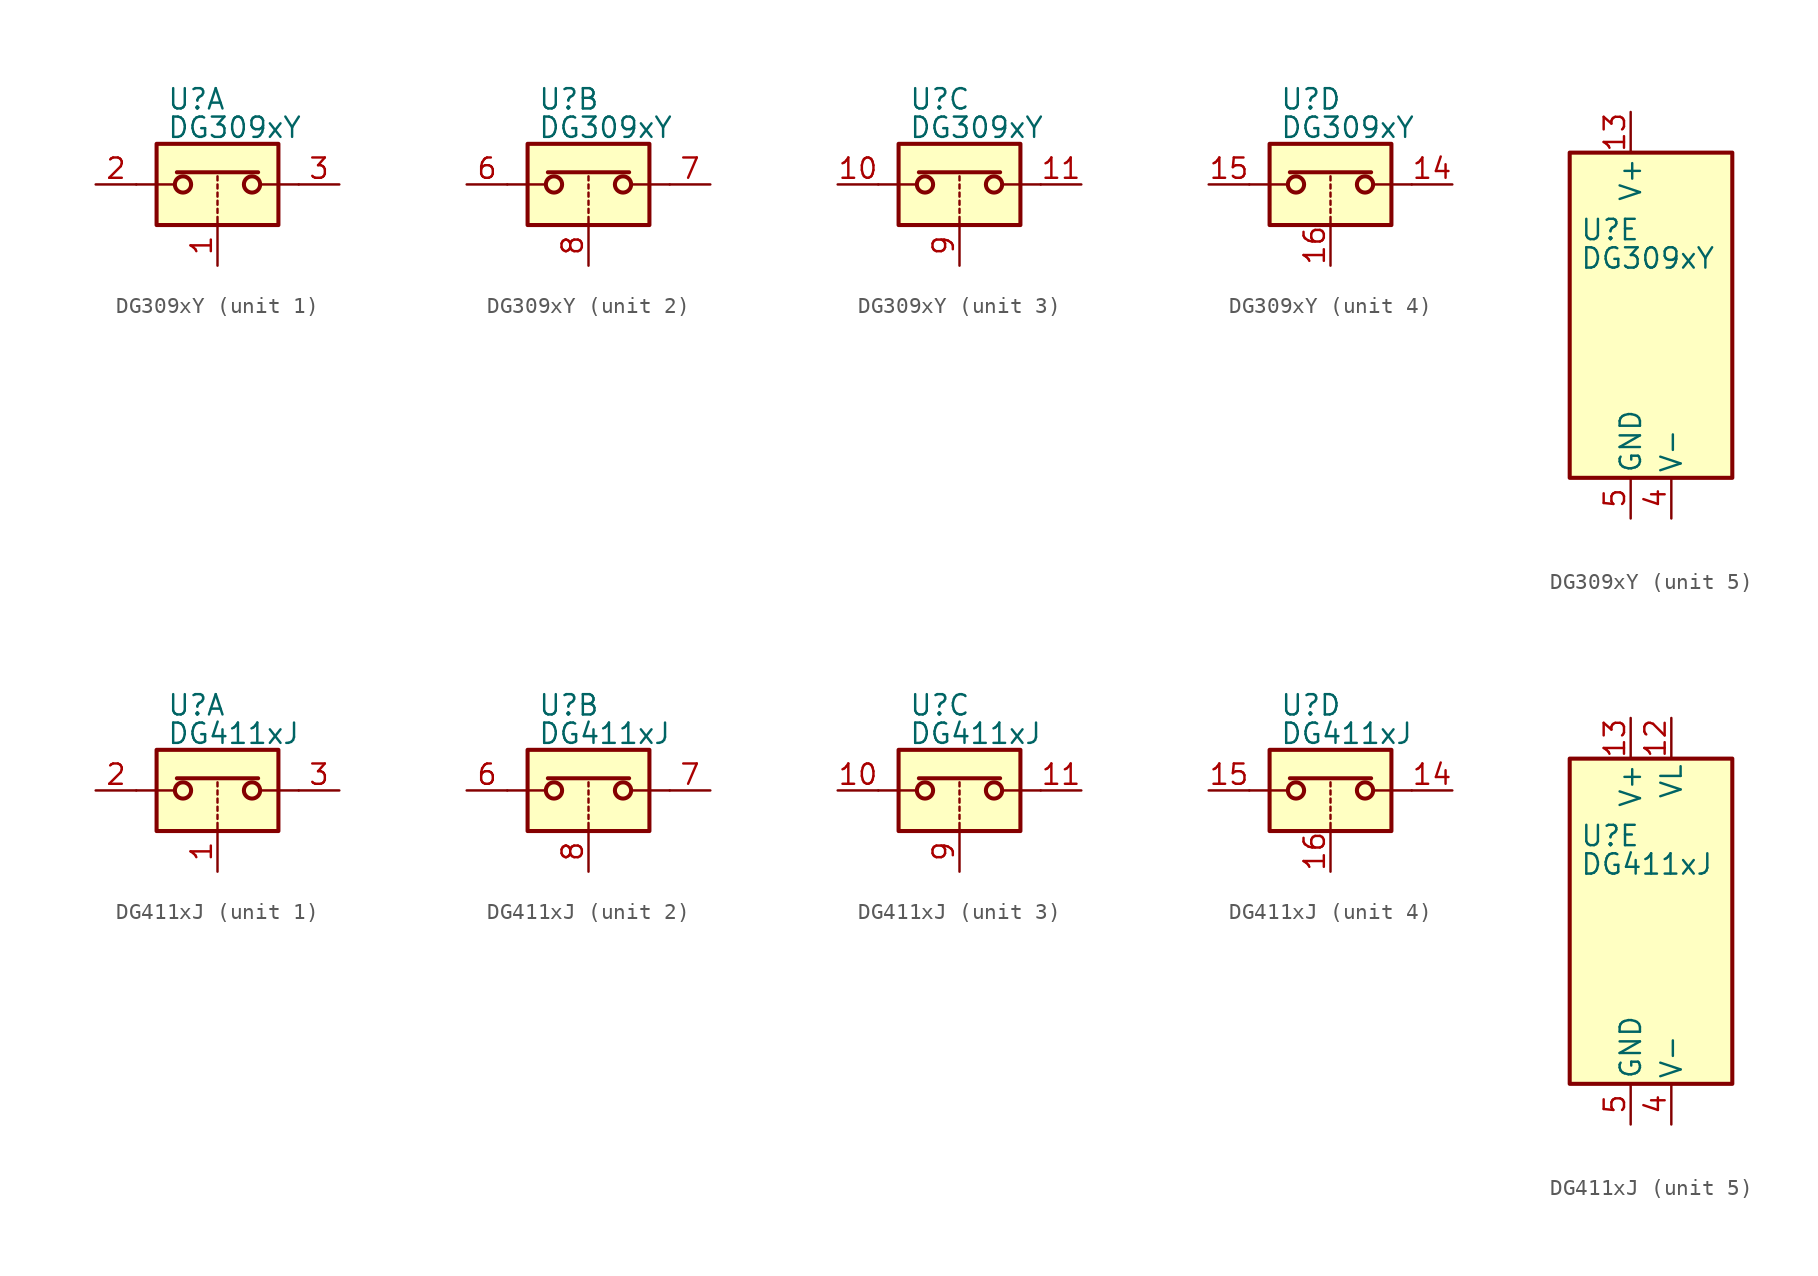
<source format=kicad_sym>
(kicad_symbol_lib
  (version 20220914)
  (generator kicad_symbol_editor)
  (symbol "DG309xY"
    (pin_names
      (offset 0.254))
    (property "Reference" "U"
      (at -3.175 5.334 0)
      (effects (font (size 1.27 1.27)) (justify left)))
    (property "Value" "DG309xY"
      (at -3.175 3.556 0)
      (effects (font (size 1.27 1.27)) (justify left)))
    (symbol "DG309xY_1_1"
      (rectangle (start -3.81 2.54) (end 3.81 -2.54) (stroke (width 0.254) (type default)) (fill (type background)))
      (circle (center -2.159 0) (radius 0.508) (stroke (width 0.254) (type default)) (fill (type none)))
      (polyline (pts (xy -5.08 0) (xy -2.794 0)) (stroke (width 0) (type default)) (fill (type none)))
      (polyline (pts (xy -2.54 0.762) (xy 2.54 0.762)) (stroke (width 0.254) (type default)) (fill (type none)))
      (polyline (pts (xy 0 -2.54) (xy 0 -2.032)) (stroke (width 0) (type default)) (fill (type none)))
      (polyline (pts (xy 0 -1.778) (xy 0 -1.524)) (stroke (width 0) (type default)) (fill (type none)))
      (polyline (pts (xy 0 -1.27) (xy 0 -1.016)) (stroke (width 0) (type default)) (fill (type none)))
      (polyline (pts (xy 0 -0.762) (xy 0 -0.508)) (stroke (width 0) (type default)) (fill (type none)))
      (polyline (pts (xy 0 -0.254) (xy 0 0)) (stroke (width 0) (type default)) (fill (type none)))
      (polyline (pts (xy 0 0.254) (xy 0 0.508)) (stroke (width 0) (type default)) (fill (type none)))
      (polyline (pts (xy 5.08 0) (xy 2.794 0)) (stroke (width 0) (type default)) (fill (type none)))
      (circle (center 2.159 0) (radius 0.508) (stroke (width 0.254) (type default)) (fill (type none)))
      (pin input line (at 0 -5.08 90) (length 2.54) (name "~" (effects (font (size 1.27 1.27)))) (number "1" (effects (font (size 1.27 1.27)))))
      (pin passive line (at -7.62 0 0) (length 2.54) (name "~" (effects (font (size 1.27 1.27)))) (number "2" (effects (font (size 1.27 1.27)))))
      (pin passive line (at 7.62 0 180) (length 2.54) (name "~" (effects (font (size 1.27 1.27)))) (number "3" (effects (font (size 1.27 1.27))))))
    (symbol "DG309xY_2_1"
      (rectangle (start -3.81 2.54) (end 3.81 -2.54) (stroke (width 0.254) (type default)) (fill (type background)))
      (circle (center -2.159 0) (radius 0.508) (stroke (width 0.254) (type default)) (fill (type none)))
      (polyline (pts (xy -5.08 0) (xy -2.794 0)) (stroke (width 0) (type default)) (fill (type none)))
      (polyline (pts (xy -2.54 0.762) (xy 2.54 0.762)) (stroke (width 0.254) (type default)) (fill (type none)))
      (polyline (pts (xy 0 -2.54) (xy 0 -2.032)) (stroke (width 0) (type default)) (fill (type none)))
      (polyline (pts (xy 0 -1.778) (xy 0 -1.524)) (stroke (width 0) (type default)) (fill (type none)))
      (polyline (pts (xy 0 -1.27) (xy 0 -1.016)) (stroke (width 0) (type default)) (fill (type none)))
      (polyline (pts (xy 0 -0.762) (xy 0 -0.508)) (stroke (width 0) (type default)) (fill (type none)))
      (polyline (pts (xy 0 -0.254) (xy 0 0)) (stroke (width 0) (type default)) (fill (type none)))
      (polyline (pts (xy 0 0.254) (xy 0 0.508)) (stroke (width 0) (type default)) (fill (type none)))
      (polyline (pts (xy 5.08 0) (xy 2.794 0)) (stroke (width 0) (type default)) (fill (type none)))
      (circle (center 2.159 0) (radius 0.508) (stroke (width 0.254) (type default)) (fill (type none)))
      (pin passive line (at -7.62 0 0) (length 2.54) (name "~" (effects (font (size 1.27 1.27)))) (number "6" (effects (font (size 1.27 1.27)))))
      (pin passive line (at 7.62 0 180) (length 2.54) (name "~" (effects (font (size 1.27 1.27)))) (number "7" (effects (font (size 1.27 1.27)))))
      (pin input line (at 0 -5.08 90) (length 2.54) (name "~" (effects (font (size 1.27 1.27)))) (number "8" (effects (font (size 1.27 1.27))))))
    (symbol "DG309xY_3_1"
      (rectangle (start -3.81 2.54) (end 3.81 -2.54) (stroke (width 0.254) (type default)) (fill (type background)))
      (circle (center -2.159 0) (radius 0.508) (stroke (width 0.254) (type default)) (fill (type none)))
      (polyline (pts (xy -5.08 0) (xy -2.794 0)) (stroke (width 0) (type default)) (fill (type none)))
      (polyline (pts (xy -2.54 0.762) (xy 2.54 0.762)) (stroke (width 0.254) (type default)) (fill (type none)))
      (polyline (pts (xy 0 -2.54) (xy 0 -2.032)) (stroke (width 0) (type default)) (fill (type none)))
      (polyline (pts (xy 0 -1.778) (xy 0 -1.524)) (stroke (width 0) (type default)) (fill (type none)))
      (polyline (pts (xy 0 -1.27) (xy 0 -1.016)) (stroke (width 0) (type default)) (fill (type none)))
      (polyline (pts (xy 0 -0.762) (xy 0 -0.508)) (stroke (width 0) (type default)) (fill (type none)))
      (polyline (pts (xy 0 -0.254) (xy 0 0)) (stroke (width 0) (type default)) (fill (type none)))
      (polyline (pts (xy 0 0.254) (xy 0 0.508)) (stroke (width 0) (type default)) (fill (type none)))
      (polyline (pts (xy 5.08 0) (xy 2.794 0)) (stroke (width 0) (type default)) (fill (type none)))
      (circle (center 2.159 0) (radius 0.508) (stroke (width 0.254) (type default)) (fill (type none)))
      (pin passive line (at -7.62 0 0) (length 2.54) (name "~" (effects (font (size 1.27 1.27)))) (number "10" (effects (font (size 1.27 1.27)))))
      (pin passive line (at 7.62 0 180) (length 2.54) (name "~" (effects (font (size 1.27 1.27)))) (number "11" (effects (font (size 1.27 1.27)))))
      (pin input line (at 0 -5.08 90) (length 2.54) (name "~" (effects (font (size 1.27 1.27)))) (number "9" (effects (font (size 1.27 1.27))))))
    (symbol "DG309xY_4_1"
      (rectangle (start -3.81 2.54) (end 3.81 -2.54) (stroke (width 0.254) (type default)) (fill (type background)))
      (circle (center -2.159 0) (radius 0.508) (stroke (width 0.254) (type default)) (fill (type none)))
      (polyline (pts (xy -5.08 0) (xy -2.794 0)) (stroke (width 0) (type default)) (fill (type none)))
      (polyline (pts (xy -2.54 0.762) (xy 2.54 0.762)) (stroke (width 0.254) (type default)) (fill (type none)))
      (polyline (pts (xy 0 -2.54) (xy 0 -2.032)) (stroke (width 0) (type default)) (fill (type none)))
      (polyline (pts (xy 0 -1.778) (xy 0 -1.524)) (stroke (width 0) (type default)) (fill (type none)))
      (polyline (pts (xy 0 -1.27) (xy 0 -1.016)) (stroke (width 0) (type default)) (fill (type none)))
      (polyline (pts (xy 0 -0.762) (xy 0 -0.508)) (stroke (width 0) (type default)) (fill (type none)))
      (polyline (pts (xy 0 -0.254) (xy 0 0)) (stroke (width 0) (type default)) (fill (type none)))
      (polyline (pts (xy 0 0.254) (xy 0 0.508)) (stroke (width 0) (type default)) (fill (type none)))
      (polyline (pts (xy 5.08 0) (xy 2.794 0)) (stroke (width 0) (type default)) (fill (type none)))
      (circle (center 2.159 0) (radius 0.508) (stroke (width 0.254) (type default)) (fill (type none)))
      (pin passive line (at 7.62 0 180) (length 2.54) (name "~" (effects (font (size 1.27 1.27)))) (number "14" (effects (font (size 1.27 1.27)))))
      (pin passive line (at -7.62 0 0) (length 2.54) (name "~" (effects (font (size 1.27 1.27)))) (number "15" (effects (font (size 1.27 1.27)))))
      (pin input line (at 0 -5.08 90) (length 2.54) (name "~" (effects (font (size 1.27 1.27)))) (number "16" (effects (font (size 1.27 1.27))))))
    (symbol "DG309xY_5_0"
      (pin no_connect line (at 2.54 10.16 270) (length 2.54) hide (name "NC" (effects (font (size 1.27 1.27)))) (number "12" (effects (font (size 1.27 1.27)))))
      (pin power_in line (at 0 12.7 270) (length 2.54) (name "V+" (effects (font (size 1.27 1.27)))) (number "13" (effects (font (size 1.27 1.27)))))
      (pin power_in line (at 2.54 -12.7 90) (length 2.54) (name "V-" (effects (font (size 1.27 1.27)))) (number "4" (effects (font (size 1.27 1.27)))))
      (pin power_in line (at 0 -12.7 90) (length 2.54) (name "GND" (effects (font (size 1.27 1.27)))) (number "5" (effects (font (size 1.27 1.27))))))
    (symbol "DG309xY_5_1"
      (rectangle (start -3.81 10.16) (end 6.35 -10.16) (stroke (width 0.254) (type default)) (fill (type background)))))
  (symbol "DG411xJ"
    (pin_names
      (offset 0.254))
    (property "Reference" "U"
      (at -3.175 5.334 0)
      (effects (font (size 1.27 1.27)) (justify left)))
    (property "Value" "DG411xJ"
      (at -3.175 3.556 0)
      (effects (font (size 1.27 1.27)) (justify left)))
    (symbol "DG411xJ_1_1"
      (rectangle (start -3.81 2.54) (end 3.81 -2.54) (stroke (width 0.254) (type default)) (fill (type background)))
      (circle (center -2.159 0) (radius 0.508) (stroke (width 0.254) (type default)) (fill (type none)))
      (polyline (pts (xy -5.08 0) (xy -2.794 0)) (stroke (width 0) (type default)) (fill (type none)))
      (polyline (pts (xy -2.54 0.762) (xy 2.54 0.762)) (stroke (width 0.254) (type default)) (fill (type none)))
      (polyline (pts (xy 0 -2.54) (xy 0 -2.032)) (stroke (width 0) (type default)) (fill (type none)))
      (polyline (pts (xy 0 -1.778) (xy 0 -1.524)) (stroke (width 0) (type default)) (fill (type none)))
      (polyline (pts (xy 0 -1.27) (xy 0 -1.016)) (stroke (width 0) (type default)) (fill (type none)))
      (polyline (pts (xy 0 -0.762) (xy 0 -0.508)) (stroke (width 0) (type default)) (fill (type none)))
      (polyline (pts (xy 0 -0.254) (xy 0 0)) (stroke (width 0) (type default)) (fill (type none)))
      (polyline (pts (xy 0 0.254) (xy 0 0.508)) (stroke (width 0) (type default)) (fill (type none)))
      (polyline (pts (xy 5.08 0) (xy 2.794 0)) (stroke (width 0) (type default)) (fill (type none)))
      (circle (center 2.159 0) (radius 0.508) (stroke (width 0.254) (type default)) (fill (type none)))
      (pin input line (at 0 -5.08 90) (length 2.54) (name "~" (effects (font (size 1.27 1.27)))) (number "1" (effects (font (size 1.27 1.27)))))
      (pin passive line (at -7.62 0 0) (length 2.54) (name "~" (effects (font (size 1.27 1.27)))) (number "2" (effects (font (size 1.27 1.27)))))
      (pin passive line (at 7.62 0 180) (length 2.54) (name "~" (effects (font (size 1.27 1.27)))) (number "3" (effects (font (size 1.27 1.27))))))
    (symbol "DG411xJ_2_1"
      (rectangle (start -3.81 2.54) (end 3.81 -2.54) (stroke (width 0.254) (type default)) (fill (type background)))
      (circle (center -2.159 0) (radius 0.508) (stroke (width 0.254) (type default)) (fill (type none)))
      (polyline (pts (xy -5.08 0) (xy -2.794 0)) (stroke (width 0) (type default)) (fill (type none)))
      (polyline (pts (xy -2.54 0.762) (xy 2.54 0.762)) (stroke (width 0.254) (type default)) (fill (type none)))
      (polyline (pts (xy 0 -2.54) (xy 0 -2.032)) (stroke (width 0) (type default)) (fill (type none)))
      (polyline (pts (xy 0 -1.778) (xy 0 -1.524)) (stroke (width 0) (type default)) (fill (type none)))
      (polyline (pts (xy 0 -1.27) (xy 0 -1.016)) (stroke (width 0) (type default)) (fill (type none)))
      (polyline (pts (xy 0 -0.762) (xy 0 -0.508)) (stroke (width 0) (type default)) (fill (type none)))
      (polyline (pts (xy 0 -0.254) (xy 0 0)) (stroke (width 0) (type default)) (fill (type none)))
      (polyline (pts (xy 0 0.254) (xy 0 0.508)) (stroke (width 0) (type default)) (fill (type none)))
      (polyline (pts (xy 5.08 0) (xy 2.794 0)) (stroke (width 0) (type default)) (fill (type none)))
      (circle (center 2.159 0) (radius 0.508) (stroke (width 0.254) (type default)) (fill (type none)))
      (pin passive line (at -7.62 0 0) (length 2.54) (name "~" (effects (font (size 1.27 1.27)))) (number "6" (effects (font (size 1.27 1.27)))))
      (pin passive line (at 7.62 0 180) (length 2.54) (name "~" (effects (font (size 1.27 1.27)))) (number "7" (effects (font (size 1.27 1.27)))))
      (pin input line (at 0 -5.08 90) (length 2.54) (name "~" (effects (font (size 1.27 1.27)))) (number "8" (effects (font (size 1.27 1.27))))))
    (symbol "DG411xJ_3_1"
      (rectangle (start -3.81 2.54) (end 3.81 -2.54) (stroke (width 0.254) (type default)) (fill (type background)))
      (circle (center -2.159 0) (radius 0.508) (stroke (width 0.254) (type default)) (fill (type none)))
      (polyline (pts (xy -5.08 0) (xy -2.794 0)) (stroke (width 0) (type default)) (fill (type none)))
      (polyline (pts (xy -2.54 0.762) (xy 2.54 0.762)) (stroke (width 0.254) (type default)) (fill (type none)))
      (polyline (pts (xy 0 -2.54) (xy 0 -2.032)) (stroke (width 0) (type default)) (fill (type none)))
      (polyline (pts (xy 0 -1.778) (xy 0 -1.524)) (stroke (width 0) (type default)) (fill (type none)))
      (polyline (pts (xy 0 -1.27) (xy 0 -1.016)) (stroke (width 0) (type default)) (fill (type none)))
      (polyline (pts (xy 0 -0.762) (xy 0 -0.508)) (stroke (width 0) (type default)) (fill (type none)))
      (polyline (pts (xy 0 -0.254) (xy 0 0)) (stroke (width 0) (type default)) (fill (type none)))
      (polyline (pts (xy 0 0.254) (xy 0 0.508)) (stroke (width 0) (type default)) (fill (type none)))
      (polyline (pts (xy 5.08 0) (xy 2.794 0)) (stroke (width 0) (type default)) (fill (type none)))
      (circle (center 2.159 0) (radius 0.508) (stroke (width 0.254) (type default)) (fill (type none)))
      (pin passive line (at -7.62 0 0) (length 2.54) (name "~" (effects (font (size 1.27 1.27)))) (number "10" (effects (font (size 1.27 1.27)))))
      (pin passive line (at 7.62 0 180) (length 2.54) (name "~" (effects (font (size 1.27 1.27)))) (number "11" (effects (font (size 1.27 1.27)))))
      (pin input line (at 0 -5.08 90) (length 2.54) (name "~" (effects (font (size 1.27 1.27)))) (number "9" (effects (font (size 1.27 1.27))))))
    (symbol "DG411xJ_4_1"
      (rectangle (start -3.81 2.54) (end 3.81 -2.54) (stroke (width 0.254) (type default)) (fill (type background)))
      (circle (center -2.159 0) (radius 0.508) (stroke (width 0.254) (type default)) (fill (type none)))
      (polyline (pts (xy -5.08 0) (xy -2.794 0)) (stroke (width 0) (type default)) (fill (type none)))
      (polyline (pts (xy -2.54 0.762) (xy 2.54 0.762)) (stroke (width 0.254) (type default)) (fill (type none)))
      (polyline (pts (xy 0 -2.54) (xy 0 -2.032)) (stroke (width 0) (type default)) (fill (type none)))
      (polyline (pts (xy 0 -1.778) (xy 0 -1.524)) (stroke (width 0) (type default)) (fill (type none)))
      (polyline (pts (xy 0 -1.27) (xy 0 -1.016)) (stroke (width 0) (type default)) (fill (type none)))
      (polyline (pts (xy 0 -0.762) (xy 0 -0.508)) (stroke (width 0) (type default)) (fill (type none)))
      (polyline (pts (xy 0 -0.254) (xy 0 0)) (stroke (width 0) (type default)) (fill (type none)))
      (polyline (pts (xy 0 0.254) (xy 0 0.508)) (stroke (width 0) (type default)) (fill (type none)))
      (polyline (pts (xy 5.08 0) (xy 2.794 0)) (stroke (width 0) (type default)) (fill (type none)))
      (circle (center 2.159 0) (radius 0.508) (stroke (width 0.254) (type default)) (fill (type none)))
      (pin passive line (at 7.62 0 180) (length 2.54) (name "~" (effects (font (size 1.27 1.27)))) (number "14" (effects (font (size 1.27 1.27)))))
      (pin passive line (at -7.62 0 0) (length 2.54) (name "~" (effects (font (size 1.27 1.27)))) (number "15" (effects (font (size 1.27 1.27)))))
      (pin input line (at 0 -5.08 90) (length 2.54) (name "~" (effects (font (size 1.27 1.27)))) (number "16" (effects (font (size 1.27 1.27))))))
    (symbol "DG411xJ_5_0"
      (pin power_in line (at 2.54 12.7 270) (length 2.54) (name "VL" (effects (font (size 1.27 1.27)))) (number "12" (effects (font (size 1.27 1.27)))))
      (pin power_in line (at 0 12.7 270) (length 2.54) (name "V+" (effects (font (size 1.27 1.27)))) (number "13" (effects (font (size 1.27 1.27)))))
      (pin power_in line (at 2.54 -12.7 90) (length 2.54) (name "V-" (effects (font (size 1.27 1.27)))) (number "4" (effects (font (size 1.27 1.27)))))
      (pin power_in line (at 0 -12.7 90) (length 2.54) (name "GND" (effects (font (size 1.27 1.27)))) (number "5" (effects (font (size 1.27 1.27))))))
    (symbol "DG411xJ_5_1"
      (rectangle (start -3.81 10.16) (end 6.35 -10.16) (stroke (width 0.254) (type default)) (fill (type background))))))
</source>
